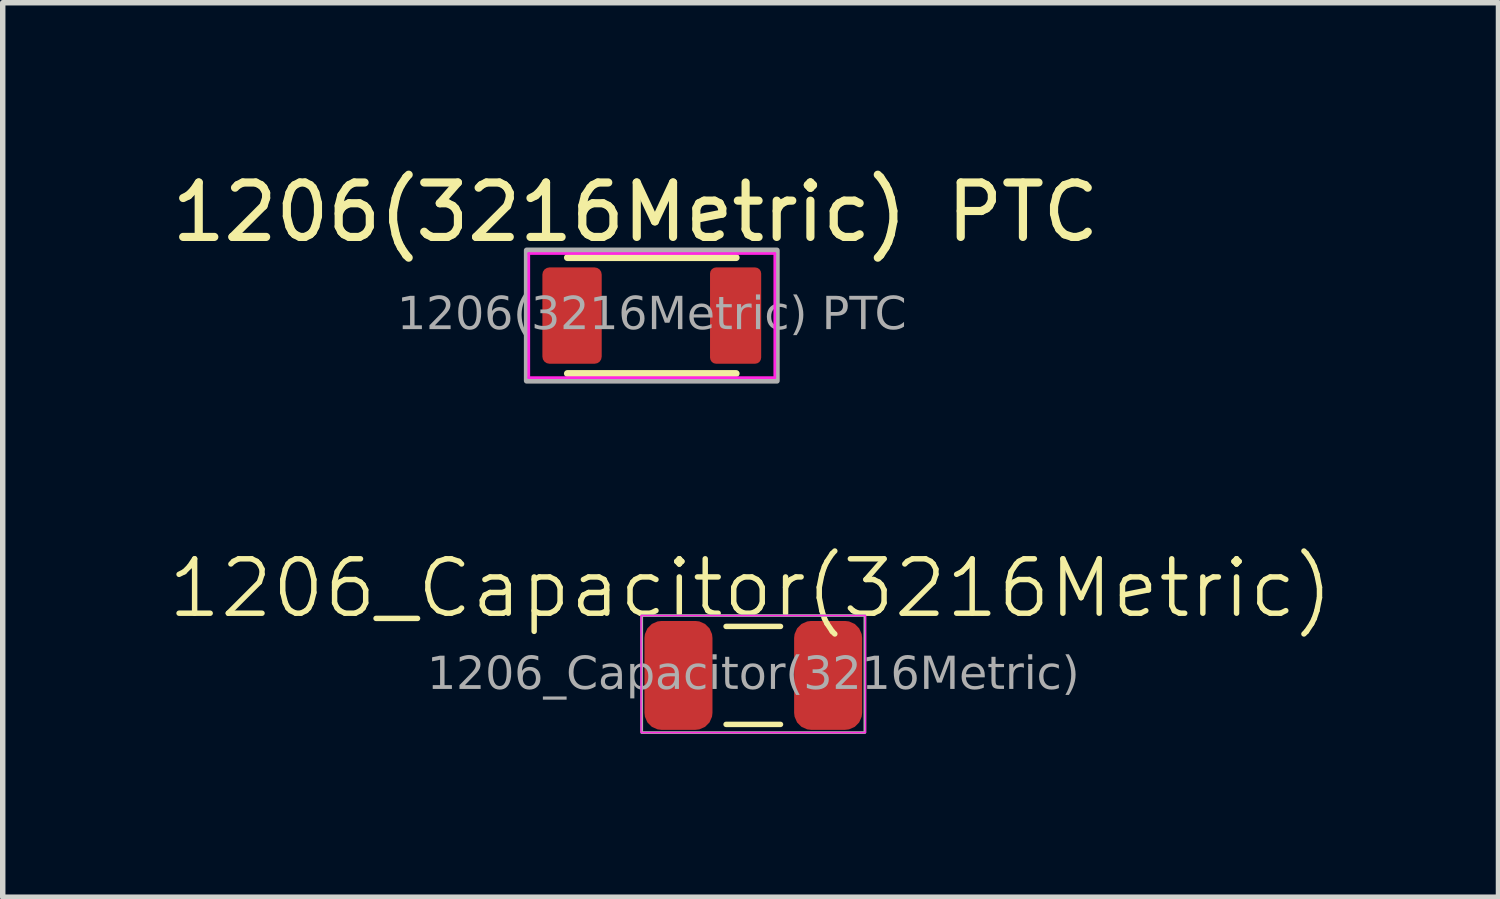
<source format=kicad_pcb>
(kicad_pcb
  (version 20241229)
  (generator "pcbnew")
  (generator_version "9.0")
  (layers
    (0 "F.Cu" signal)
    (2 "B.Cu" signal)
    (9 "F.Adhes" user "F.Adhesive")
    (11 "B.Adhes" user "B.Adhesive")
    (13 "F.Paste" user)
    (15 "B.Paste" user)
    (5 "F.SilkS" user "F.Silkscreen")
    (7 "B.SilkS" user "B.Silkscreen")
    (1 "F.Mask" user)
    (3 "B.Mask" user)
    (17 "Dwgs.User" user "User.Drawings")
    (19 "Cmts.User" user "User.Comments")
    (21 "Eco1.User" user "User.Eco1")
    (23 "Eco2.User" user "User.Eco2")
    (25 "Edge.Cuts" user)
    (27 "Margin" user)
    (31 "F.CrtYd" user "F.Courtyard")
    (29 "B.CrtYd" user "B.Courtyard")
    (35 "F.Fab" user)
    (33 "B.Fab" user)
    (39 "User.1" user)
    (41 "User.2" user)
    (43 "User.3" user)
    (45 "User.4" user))
  (footprint "1206(3216Metric) PTC"
    (layer "F.Cu")
    (at 8.925 2.748)
    (property "Reference" "1206(3216Metric) PTC" (at -0.3 -1.9 0) (layer "F.SilkS") (effects (font (size 1 1) (thickness 0.15))))
    (attr smd)
    (fp_line (start -1.55 -1.065) (end 1.55 -1.065) (stroke (width 0.127) (type solid)) (layer "F.SilkS"))
    (fp_line (start -1.55 1.065) (end 1.55 1.065) (stroke (width 0.127) (type solid)) (layer "F.SilkS"))
    (fp_line (start -2.26 -1.14) (end 2.26 -1.14) (stroke (width 0.05) (type solid)) (layer "F.CrtYd"))
    (fp_line (start -2.26 1.14) (end -2.26 -1.14) (stroke (width 0.05) (type solid)) (layer "F.CrtYd"))
    (fp_line (start 2.26 -1.14) (end 2.26 1.14) (stroke (width 0.05) (type solid)) (layer "F.CrtYd"))
    (fp_line (start 2.26 1.14) (end -2.26 1.14) (stroke (width 0.05) (type solid)) (layer "F.CrtYd"))
    (fp_rect (start -2.3 -1.2) (end 2.3 1.2) (stroke (width 0.1) (type default)) (fill no) (layer "F.Fab"))
    (fp_text user "${REFERENCE}" (at 0 0 0) (unlocked yes) (layer "F.Fab") (effects (font (face "Arial") (size 0.6 0.6) (thickness 0.125))))
    (pad "1" smd roundrect (at -1.465 0) (size 1.09 1.77) (layers "F.Cu" "F.Mask" "F.Paste") (roundrect_rratio 0.12))
    (pad "2" smd roundrect (at 1.54 0) (size 0.94 1.77) (layers "F.Cu" "F.Mask" "F.Paste") (roundrect_rratio 0.12)))
  (footprint "1206_Capacitor(3216Metric)"
    (layer "F.Cu")
    (at 10.79 9.359)
    (property "Reference" "1206_Capacitor(3216Metric)" (at -0.05 -1.6 0) (unlocked yes) (layer "F.SilkS") (effects (font (size 1 1) (thickness 0.1))))
    (attr smd)
    (fp_line (start 0.5 -0.9) (end -0.5 -0.9) (stroke (width 0.1) (type default)) (layer "F.SilkS"))
    (fp_line (start 0.5 0.9) (end -0.5 0.9) (stroke (width 0.1) (type default)) (layer "F.SilkS"))
    (fp_rect (start -2.062 -1.1) (end 2.062 1.05) (stroke (width 0.025) (type default)) (fill no) (layer "F.CrtYd"))
    (fp_rect (start -2.05 -1.1) (end 2.05 1.05) (stroke (width 0.05) (type default)) (fill no) (layer "F.Fab"))
    (fp_text user "${REFERENCE}" (at 0 0 0) (unlocked yes) (layer "F.Fab") (effects (font (face "Arial") (size 0.6 0.6) (thickness 0.15))))
    (pad "1" smd roundrect (at -1.375 0) (size 1.25 2) (layers "F.Cu" "F.Mask" "F.Paste") (roundrect_rratio 0.25))
    (pad "2" smd roundrect (at 1.375 0) (size 1.25 2) (layers "F.Cu" "F.Mask" "F.Paste") (roundrect_rratio 0.25)))
  (gr_rect
    (start -3 -3)
    (end 24.481 13.434)
    (stroke (width 0.1) (type default))
    (fill no)
    (layer "Edge.Cuts")))
</source>
